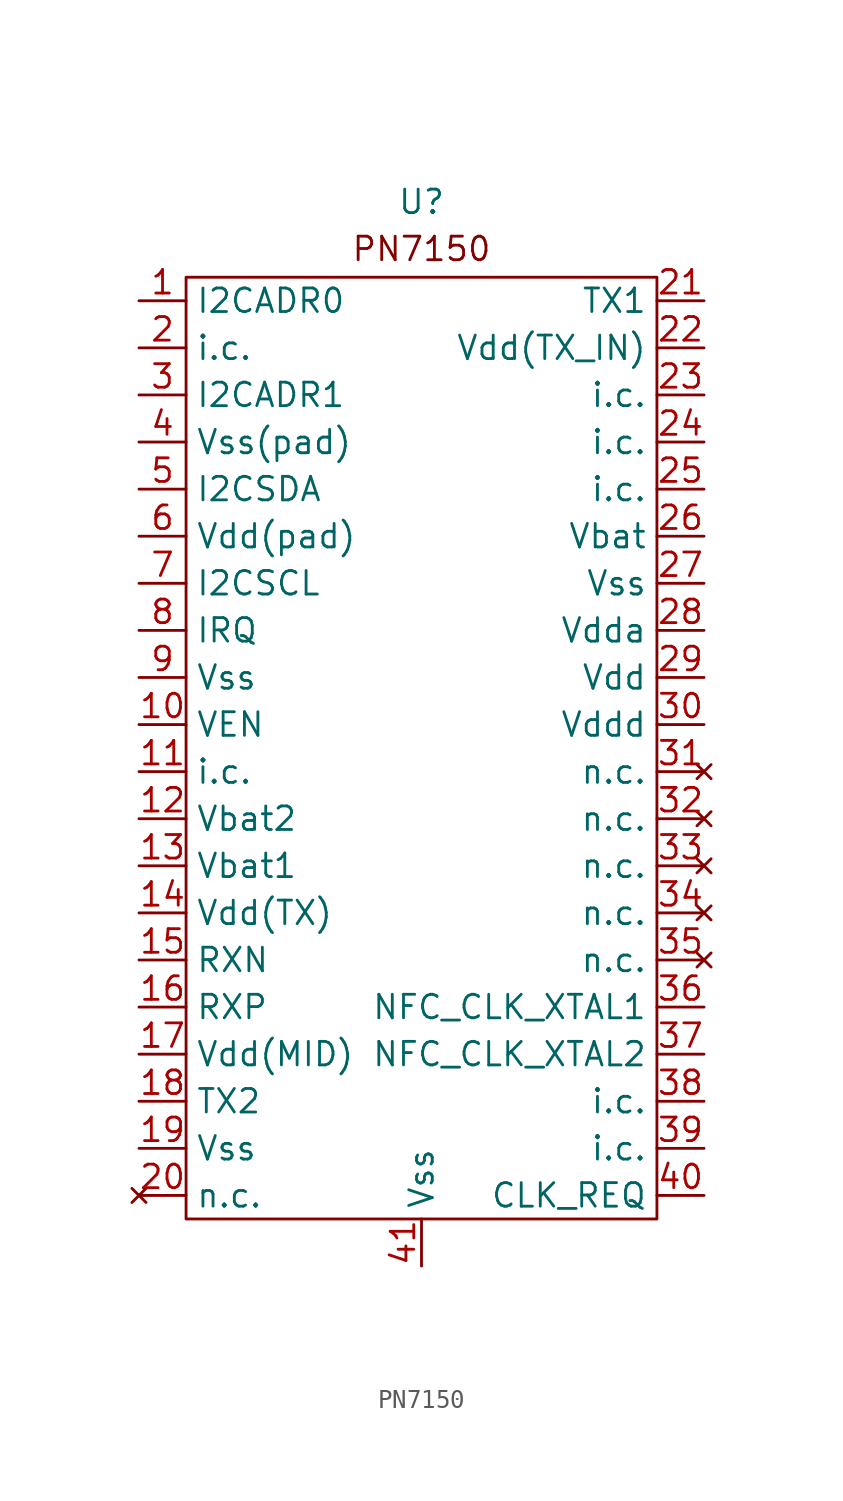
<source format=kicad_sym>
(kicad_symbol_lib
  (version 20241209)
  (generator "kicad_symbol_editor")
  (generator_version "9.0")
  (symbol "PN7150"
    (property "Reference" "U"
      (at 0 30.734 0)
      (effects (font (size 1.27 1.27))))
    (symbol "PN7150_0_1"
      (rectangle (start -12.7 26.67) (end 12.7 -24.13) (stroke (width 0) (type default)) (fill (type none))))
    (symbol "PN7150_1_1"
      (text "PN7150" (at 0 28.194 0) (effects (font (size 1.27 1.27))))
      (pin unspecified line (at -15.24 25.4 0) (length 2.54) (name "I2CADR0" (effects (font (size 1.27 1.27)))) (number "1" (effects (font (size 1.27 1.27)))))
      (pin unspecified line (at -15.24 22.86 0) (length 2.54) (name "i.c." (effects (font (size 1.27 1.27)))) (number "2" (effects (font (size 1.27 1.27)))))
      (pin unspecified line (at -15.24 20.32 0) (length 2.54) (name "I2CADR1" (effects (font (size 1.27 1.27)))) (number "3" (effects (font (size 1.27 1.27)))))
      (pin passive line (at -15.24 17.78 0) (length 2.54) (name "Vss(pad)" (effects (font (size 1.27 1.27)))) (number "4" (effects (font (size 1.27 1.27)))))
      (pin unspecified line (at -15.24 15.24 0) (length 2.54) (name "I2CSDA" (effects (font (size 1.27 1.27)))) (number "5" (effects (font (size 1.27 1.27)))))
      (pin power_in line (at -15.24 12.7 0) (length 2.54) (name "Vdd(pad)" (effects (font (size 1.27 1.27)))) (number "6" (effects (font (size 1.27 1.27)))))
      (pin unspecified line (at -15.24 10.16 0) (length 2.54) (name "I2CSCL" (effects (font (size 1.27 1.27)))) (number "7" (effects (font (size 1.27 1.27)))))
      (pin unspecified line (at -15.24 7.62 0) (length 2.54) (name "IRQ" (effects (font (size 1.27 1.27)))) (number "8" (effects (font (size 1.27 1.27)))))
      (pin passive line (at -15.24 5.08 0) (length 2.54) (name "Vss" (effects (font (size 1.27 1.27)))) (number "9" (effects (font (size 1.27 1.27)))))
      (pin unspecified line (at -15.24 2.54 0) (length 2.54) (name "VEN" (effects (font (size 1.27 1.27)))) (number "10" (effects (font (size 1.27 1.27)))))
      (pin unspecified line (at -15.24 0 0) (length 2.54) (name "i.c." (effects (font (size 1.27 1.27)))) (number "11" (effects (font (size 1.27 1.27)))))
      (pin power_in line (at -15.24 -2.54 0) (length 2.54) (name "Vbat2" (effects (font (size 1.27 1.27)))) (number "12" (effects (font (size 1.27 1.27)))))
      (pin power_in line (at -15.24 -5.08 0) (length 2.54) (name "Vbat1" (effects (font (size 1.27 1.27)))) (number "13" (effects (font (size 1.27 1.27)))))
      (pin power_in line (at -15.24 -7.62 0) (length 2.54) (name "Vdd(TX)" (effects (font (size 1.27 1.27)))) (number "14" (effects (font (size 1.27 1.27)))))
      (pin unspecified line (at -15.24 -10.16 0) (length 2.54) (name "RXN" (effects (font (size 1.27 1.27)))) (number "15" (effects (font (size 1.27 1.27)))))
      (pin unspecified line (at -15.24 -12.7 0) (length 2.54) (name "RXP" (effects (font (size 1.27 1.27)))) (number "16" (effects (font (size 1.27 1.27)))))
      (pin power_in line (at -15.24 -15.24 0) (length 2.54) (name "Vdd(MID)" (effects (font (size 1.27 1.27)))) (number "17" (effects (font (size 1.27 1.27)))))
      (pin unspecified line (at -15.24 -17.78 0) (length 2.54) (name "TX2" (effects (font (size 1.27 1.27)))) (number "18" (effects (font (size 1.27 1.27)))))
      (pin passive line (at -15.24 -20.32 0) (length 2.54) (name "Vss" (effects (font (size 1.27 1.27)))) (number "19" (effects (font (size 1.27 1.27)))))
      (pin no_connect line (at -15.24 -22.86 0) (length 2.54) (name "n.c." (effects (font (size 1.27 1.27)))) (number "20" (effects (font (size 1.27 1.27)))))
      (pin passive line (at 0 -26.67 90) (length 2.54) (name "Vss" (effects (font (size 1.27 1.27)))) (number "41" (effects (font (size 1.27 1.27)))))
      (pin unspecified line (at 15.24 25.4 180) (length 2.54) (name "TX1" (effects (font (size 1.27 1.27)))) (number "21" (effects (font (size 1.27 1.27)))))
      (pin power_in line (at 15.24 22.86 180) (length 2.54) (name "Vdd(TX_IN)" (effects (font (size 1.27 1.27)))) (number "22" (effects (font (size 1.27 1.27)))))
      (pin unspecified line (at 15.24 20.32 180) (length 2.54) (name "i.c." (effects (font (size 1.27 1.27)))) (number "23" (effects (font (size 1.27 1.27)))))
      (pin unspecified line (at 15.24 17.78 180) (length 2.54) (name "i.c." (effects (font (size 1.27 1.27)))) (number "24" (effects (font (size 1.27 1.27)))))
      (pin unspecified line (at 15.24 15.24 180) (length 2.54) (name "i.c." (effects (font (size 1.27 1.27)))) (number "25" (effects (font (size 1.27 1.27)))))
      (pin power_in line (at 15.24 12.7 180) (length 2.54) (name "Vbat" (effects (font (size 1.27 1.27)))) (number "26" (effects (font (size 1.27 1.27)))))
      (pin passive line (at 15.24 10.16 180) (length 2.54) (name "Vss" (effects (font (size 1.27 1.27)))) (number "27" (effects (font (size 1.27 1.27)))))
      (pin power_in line (at 15.24 7.62 180) (length 2.54) (name "Vdda" (effects (font (size 1.27 1.27)))) (number "28" (effects (font (size 1.27 1.27)))))
      (pin power_in line (at 15.24 5.08 180) (length 2.54) (name "Vdd" (effects (font (size 1.27 1.27)))) (number "29" (effects (font (size 1.27 1.27)))))
      (pin power_in line (at 15.24 2.54 180) (length 2.54) (name "Vddd" (effects (font (size 1.27 1.27)))) (number "30" (effects (font (size 1.27 1.27)))))
      (pin no_connect line (at 15.24 0 180) (length 2.54) (name "n.c." (effects (font (size 1.27 1.27)))) (number "31" (effects (font (size 1.27 1.27)))))
      (pin no_connect line (at 15.24 -2.54 180) (length 2.54) (name "n.c." (effects (font (size 1.27 1.27)))) (number "32" (effects (font (size 1.27 1.27)))))
      (pin no_connect line (at 15.24 -5.08 180) (length 2.54) (name "n.c." (effects (font (size 1.27 1.27)))) (number "33" (effects (font (size 1.27 1.27)))))
      (pin no_connect line (at 15.24 -7.62 180) (length 2.54) (name "n.c." (effects (font (size 1.27 1.27)))) (number "34" (effects (font (size 1.27 1.27)))))
      (pin no_connect line (at 15.24 -10.16 180) (length 2.54) (name "n.c." (effects (font (size 1.27 1.27)))) (number "35" (effects (font (size 1.27 1.27)))))
      (pin unspecified line (at 15.24 -12.7 180) (length 2.54) (name "NFC_CLK_XTAL1" (effects (font (size 1.27 1.27)))) (number "36" (effects (font (size 1.27 1.27)))))
      (pin unspecified line (at 15.24 -15.24 180) (length 2.54) (name "NFC_CLK_XTAL2" (effects (font (size 1.27 1.27)))) (number "37" (effects (font (size 1.27 1.27)))))
      (pin unspecified line (at 15.24 -17.78 180) (length 2.54) (name "i.c." (effects (font (size 1.27 1.27)))) (number "38" (effects (font (size 1.27 1.27)))))
      (pin unspecified line (at 15.24 -20.32 180) (length 2.54) (name "i.c." (effects (font (size 1.27 1.27)))) (number "39" (effects (font (size 1.27 1.27)))))
      (pin unspecified line (at 15.24 -22.86 180) (length 2.54) (name "CLK_REQ" (effects (font (size 1.27 1.27)))) (number "40" (effects (font (size 1.27 1.27))))))))
</source>
